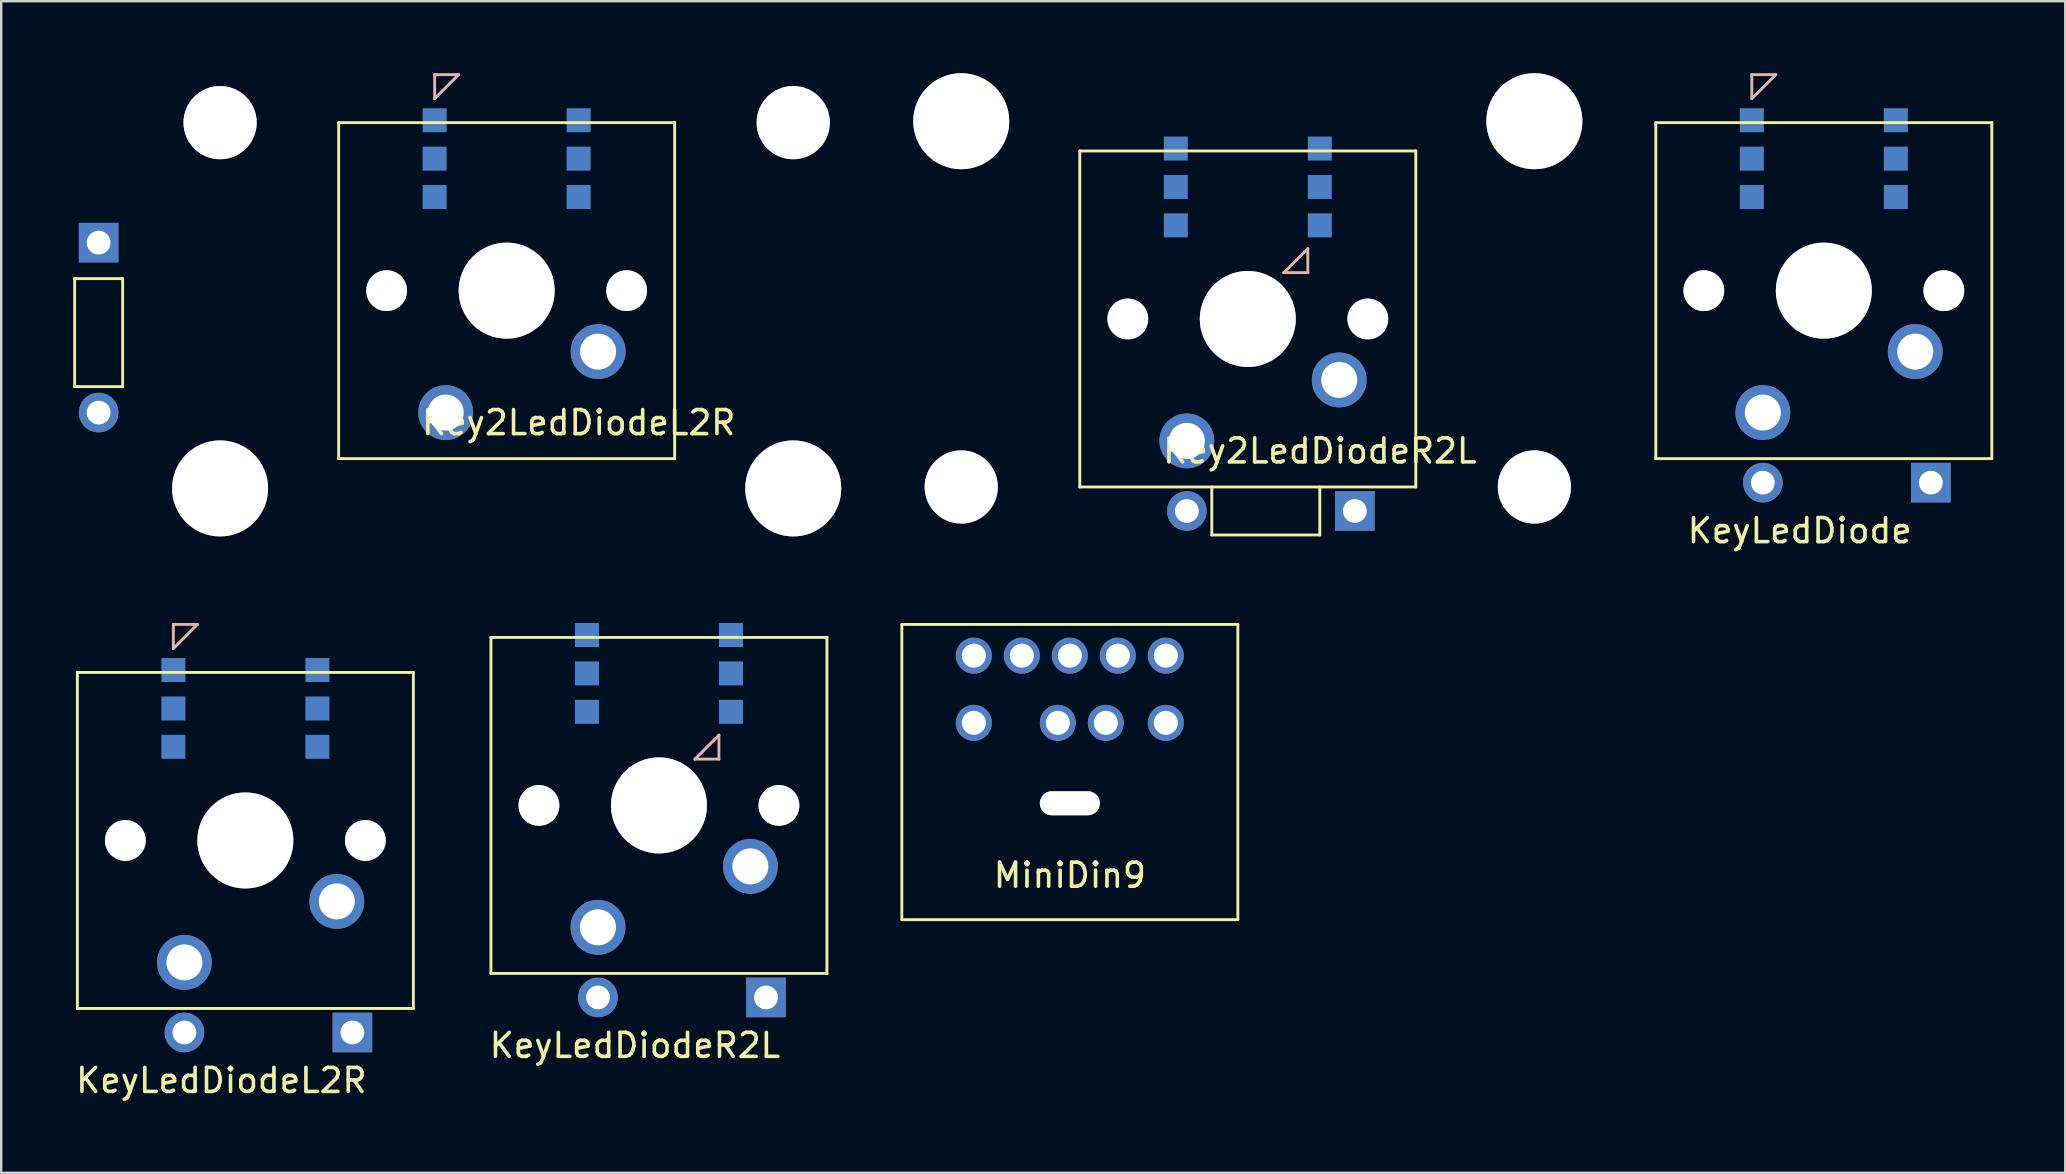
<source format=kicad_pcb>
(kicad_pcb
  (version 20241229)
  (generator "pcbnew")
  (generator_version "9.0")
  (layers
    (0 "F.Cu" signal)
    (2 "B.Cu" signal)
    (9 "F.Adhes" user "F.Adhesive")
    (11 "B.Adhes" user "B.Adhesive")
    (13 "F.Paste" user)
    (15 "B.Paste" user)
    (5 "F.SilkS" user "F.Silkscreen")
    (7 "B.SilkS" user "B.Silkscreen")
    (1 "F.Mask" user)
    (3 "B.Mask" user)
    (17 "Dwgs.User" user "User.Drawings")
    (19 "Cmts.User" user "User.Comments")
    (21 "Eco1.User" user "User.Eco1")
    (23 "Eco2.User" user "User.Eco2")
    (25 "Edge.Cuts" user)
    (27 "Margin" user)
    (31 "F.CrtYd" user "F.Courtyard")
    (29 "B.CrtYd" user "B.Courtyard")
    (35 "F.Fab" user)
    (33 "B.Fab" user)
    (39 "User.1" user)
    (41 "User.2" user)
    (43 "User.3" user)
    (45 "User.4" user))
  (footprint "KeyLedDiodeL2R"
    (layer "F.Cu")
    (at 7.173 31.968)
    (property "Reference" "KeyLedDiodeL2R" (at -1 10 0) (layer "F.SilkS") (effects (font (size 1 1) (thickness 0.15))))
    (attr through_hole)
    (fp_line (start -7 -7) (end 7 -7) (stroke (width 0.12) (type solid)) (layer "F.SilkS"))
    (fp_line (start -7 7) (end -7 -7) (stroke (width 0.12) (type solid)) (layer "F.SilkS"))
    (fp_line (start 7 -7) (end 7 7) (stroke (width 0.12) (type solid)) (layer "F.SilkS"))
    (fp_line (start 7 7) (end -7 7) (stroke (width 0.12) (type solid)) (layer "F.SilkS"))
    (fp_line (start -3 -9) (end -3 -8) (stroke (width 0.12) (type solid)) (layer "B.SilkS"))
    (fp_line (start -3 -8) (end -2 -9) (stroke (width 0.12) (type solid)) (layer "B.SilkS"))
    (fp_line (start -2 -9) (end -3 -9) (stroke (width 0.12) (type solid)) (layer "B.SilkS"))
    (pad "1" thru_hole circle (at 3.81 2.54) (size 2.286 2.286) (drill 1.5) (layers "*.Cu" "*.Mask"))
    (pad "2" thru_hole circle (at -2.54 5.08) (size 2.286 2.286) (drill 1.5) (layers "*.Cu" "*.Mask"))
    (pad "3" thru_hole circle (at -2.54 8) (size 1.651 1.651) (drill 0.991) (layers "*.Cu" "*.Mask"))
    (pad "4" thru_hole rect (at 4.46 8) (size 1.651 1.651) (drill 0.991) (layers "*.Cu" "*.Mask"))
    (pad "5" smd rect (at 3 -3.9) (size 1 1) (layers "B.Cu" "B.Mask" "B.Paste"))
    (pad "6" smd rect (at 3 -5.5) (size 1 1) (layers "B.Cu" "B.Mask" "B.Paste"))
    (pad "7" smd rect (at 3 -7.1) (size 1 1) (layers "B.Cu" "B.Mask" "B.Paste"))
    (pad "8" smd rect (at -3 -3.9) (size 1 1) (layers "B.Cu" "B.Mask" "B.Paste"))
    (pad "9" smd rect (at -3 -5.5) (size 1 1) (layers "B.Cu" "B.Mask" "B.Paste"))
    (pad "10" smd rect (at -3 -7.1) (size 1 1) (layers "B.Cu" "B.Mask" "B.Paste"))
    (pad "HOLE" thru_hole circle (at 0 0) (size 4 4) (drill 4) (layers "*.Cu" "*.Mask"))
    (pad "POST" thru_hole circle (at -5 0) (size 1.7 1.7) (drill 1.7) (layers "*.Cu" "*.Mask"))
    (pad "POST" thru_hole circle (at 5 0) (size 1.7 1.7) (drill 1.7) (layers "*.Cu" "*.Mask")))
  (footprint "MiniDin9"
    (layer "F.Cu")
    (at 41.525 30.418)
    (property "Reference" "MiniDin9" (at 0 3 0) (layer "F.SilkS") (effects (font (size 1 1) (thickness 0.15))))
    (attr through_hole)
    (fp_line (start -7 -7.45) (end 7 -7.45) (stroke (width 0.12) (type solid)) (layer "F.SilkS"))
    (fp_line (start -7 4.85) (end -7 -7.45) (stroke (width 0.12) (type solid)) (layer "F.SilkS"))
    (fp_line (start -7 4.85) (end 7 4.85) (stroke (width 0.12) (type solid)) (layer "F.SilkS"))
    (fp_line (start 7 4.85) (end 7 -7.45) (stroke (width 0.12) (type solid)) (layer "F.SilkS"))
    (pad "1" thru_hole circle (at 1.5 -3.35) (size 1.5 1.5) (drill 1) (layers "*.Cu" "*.Mask"))
    (pad "2" thru_hole circle (at -0.5 -3.35) (size 1.5 1.5) (drill 1) (layers "*.Cu" "*.Mask"))
    (pad "3" thru_hole circle (at 4 -3.35) (size 1.5 1.5) (drill 1) (layers "*.Cu" "*.Mask"))
    (pad "4" thru_hole circle (at 2 -6.15) (size 1.5 1.5) (drill 1) (layers "*.Cu" "*.Mask"))
    (pad "5" thru_hole circle (at 0 -6.15) (size 1.5 1.5) (drill 1) (layers "*.Cu" "*.Mask"))
    (pad "6" thru_hole circle (at -4 -3.35) (size 1.5 1.5) (drill 1) (layers "*.Cu" "*.Mask"))
    (pad "7" thru_hole circle (at 4 -6.15) (size 1.5 1.5) (drill 1) (layers "*.Cu" "*.Mask"))
    (pad "8" thru_hole circle (at -2 -6.15) (size 1.5 1.5) (drill 1) (layers "*.Cu" "*.Mask"))
    (pad "9" thru_hole circle (at -4 -6.15) (size 1.5 1.5) (drill 1) (layers "*.Cu" "*.Mask"))
    (pad "HOLE" thru_hole oval (at 0 0) (size 2.5 1) (drill oval 2.5 1) (layers "*.Cu" "*.Mask")))
  (footprint "KeyLedDiode"
    (layer "F.Cu")
    (at 72.94 9.06)
    (property "Reference" "KeyLedDiode" (at -1 10 0) (layer "F.SilkS") (effects (font (size 1 1) (thickness 0.15))))
    (attr through_hole)
    (fp_line (start -7 -7) (end 7 -7) (stroke (width 0.12) (type solid)) (layer "F.SilkS"))
    (fp_line (start -7 7) (end -7 -7) (stroke (width 0.12) (type solid)) (layer "F.SilkS"))
    (fp_line (start 7 -7) (end 7 7) (stroke (width 0.12) (type solid)) (layer "F.SilkS"))
    (fp_line (start 7 7) (end -7 7) (stroke (width 0.12) (type solid)) (layer "F.SilkS"))
    (fp_line (start -3 -9) (end -3 -8) (stroke (width 0.12) (type solid)) (layer "B.SilkS"))
    (fp_line (start -3 -8) (end -2 -9) (stroke (width 0.12) (type solid)) (layer "B.SilkS"))
    (fp_line (start -2 -9) (end -3 -9) (stroke (width 0.12) (type solid)) (layer "B.SilkS"))
    (pad "1" thru_hole circle (at 3.81 2.54) (size 2.286 2.286) (drill 1.5) (layers "*.Cu" "*.Mask"))
    (pad "2" thru_hole circle (at -2.54 5.08) (size 2.286 2.286) (drill 1.5) (layers "*.Cu" "*.Mask"))
    (pad "3" thru_hole circle (at -2.54 8) (size 1.651 1.651) (drill 0.991) (layers "*.Cu" "*.Mask"))
    (pad "4" thru_hole rect (at 4.46 8) (size 1.651 1.651) (drill 0.991) (layers "*.Cu" "*.Mask"))
    (pad "5" smd rect (at 3 -3.9) (size 1 1) (layers "B.Cu" "B.Mask" "B.Paste"))
    (pad "6" smd rect (at 3 -5.5) (size 1 1) (layers "B.Cu" "B.Mask" "B.Paste"))
    (pad "7" smd rect (at 3 -7.1) (size 1 1) (layers "B.Cu" "B.Mask" "B.Paste"))
    (pad "8" smd rect (at -3 -3.9) (size 1 1) (layers "B.Cu" "B.Mask" "B.Paste"))
    (pad "9" smd rect (at -3 -5.5) (size 1 1) (layers "B.Cu" "B.Mask" "B.Paste"))
    (pad "10" smd rect (at -3 -7.1) (size 1 1) (layers "B.Cu" "B.Mask" "B.Paste"))
    (pad "HOLE" thru_hole circle (at 0 0) (size 4 4) (drill 4) (layers "*.Cu" "*.Mask"))
    (pad "POST" thru_hole circle (at -5 0) (size 1.7 1.7) (drill 1.7) (layers "*.Cu" "*.Mask"))
    (pad "POST" thru_hole circle (at 5 0) (size 1.7 1.7) (drill 1.7) (layers "*.Cu" "*.Mask")))
  (footprint "Key2LedDiodeR2L"
    (layer "F.Cu")
    (at 48.94 10.24)
    (property "Reference" "Key2LedDiodeR2L" (at 3 5.5 0) (layer "F.SilkS") (effects (font (size 1 1) (thickness 0.15))))
    (attr through_hole)
    (fp_line (start -7 -7) (end 7 -7) (stroke (width 0.12) (type solid)) (layer "F.SilkS"))
    (fp_line (start -7 7) (end -7 -7) (stroke (width 0.12) (type solid)) (layer "F.SilkS"))
    (fp_line (start -1.5 7) (end -1.5 9) (stroke (width 0.12) (type solid)) (layer "F.SilkS"))
    (fp_line (start -1.5 9) (end 3 9) (stroke (width 0.12) (type solid)) (layer "F.SilkS"))
    (fp_line (start 3 9) (end 3 7) (stroke (width 0.12) (type solid)) (layer "F.SilkS"))
    (fp_line (start 7 -7) (end 7 7) (stroke (width 0.12) (type solid)) (layer "F.SilkS"))
    (fp_line (start 7 7) (end -7 7) (stroke (width 0.12) (type solid)) (layer "F.SilkS"))
    (fp_line (start 1.5 -1.93) (end 2.5 -1.93) (stroke (width 0.12) (type solid)) (layer "B.SilkS"))
    (fp_line (start 2.5 -2.93) (end 1.5 -1.93) (stroke (width 0.12) (type solid)) (layer "B.SilkS"))
    (fp_line (start 2.5 -1.93) (end 2.5 -2.93) (stroke (width 0.12) (type solid)) (layer "B.SilkS"))
    (pad "1" thru_hole circle (at 3.81 2.54) (size 2.286 2.286) (drill 1.5) (layers "*.Cu" "*.Mask"))
    (pad "2" thru_hole circle (at -2.54 5.08) (size 2.286 2.286) (drill 1.5) (layers "*.Cu" "*.Mask"))
    (pad "3" thru_hole circle (at -2.54 8) (size 1.651 1.651) (drill 0.991) (layers "*.Cu" "*.Mask"))
    (pad "4" thru_hole rect (at 4.46 8) (size 1.651 1.651) (drill 0.991) (layers "*.Cu" "*.Mask"))
    (pad "5" smd rect (at -3 -7.1) (size 1 1) (layers "B.Cu" "B.Mask" "B.Paste"))
    (pad "6" smd rect (at -3 -5.5) (size 1 1) (layers "B.Cu" "B.Mask" "B.Paste"))
    (pad "7" smd rect (at -3 -3.9) (size 1 1) (layers "B.Cu" "B.Mask" "B.Paste"))
    (pad "8" smd rect (at 3 -7.1) (size 1 1) (layers "B.Cu" "B.Mask" "B.Paste"))
    (pad "9" smd rect (at 3 -5.5) (size 1 1) (layers "B.Cu" "B.Mask" "B.Paste"))
    (pad "10" smd rect (at 3 -3.9) (size 1 1) (layers "B.Cu" "B.Mask" "B.Paste"))
    (pad "HOLE" thru_hole circle (at -11.94 -8.24) (size 4 4) (drill 4) (layers "*.Cu" "*.Mask"))
    (pad "HOLE" thru_hole circle (at -11.94 7) (size 3.05 3.05) (drill 3.05) (layers "*.Cu" "*.Mask"))
    (pad "HOLE" thru_hole circle (at 0 0) (size 4 4) (drill 4) (layers "*.Cu" "*.Mask"))
    (pad "HOLE" thru_hole circle (at 11.94 -8.24) (size 4 4) (drill 4) (layers "*.Cu" "*.Mask"))
    (pad "HOLE" thru_hole circle (at 11.94 7) (size 3.05 3.05) (drill 3.05) (layers "*.Cu" "*.Mask"))
    (pad "POST" thru_hole circle (at -5 0) (size 1.7 1.7) (drill 1.7) (layers "*.Cu" "*.Mask"))
    (pad "POST" thru_hole circle (at 5 0) (size 1.7 1.7) (drill 1.7) (layers "*.Cu" "*.Mask")))
  (footprint "KeyLedDiodeR2L"
    (layer "F.Cu")
    (at 24.405 30.508)
    (property "Reference" "KeyLedDiodeR2L" (at -1 10 0) (layer "F.SilkS") (effects (font (size 1 1) (thickness 0.15))))
    (attr through_hole)
    (fp_line (start -7 -7) (end 7 -7) (stroke (width 0.12) (type solid)) (layer "F.SilkS"))
    (fp_line (start -7 7) (end -7 -7) (stroke (width 0.12) (type solid)) (layer "F.SilkS"))
    (fp_line (start 7 -7) (end 7 7) (stroke (width 0.12) (type solid)) (layer "F.SilkS"))
    (fp_line (start 7 7) (end -7 7) (stroke (width 0.12) (type solid)) (layer "F.SilkS"))
    (fp_line (start 1.5 -1.93) (end 2.5 -1.93) (stroke (width 0.12) (type solid)) (layer "B.SilkS"))
    (fp_line (start 2.5 -2.93) (end 1.5 -1.93) (stroke (width 0.12) (type solid)) (layer "B.SilkS"))
    (fp_line (start 2.5 -1.93) (end 2.5 -2.93) (stroke (width 0.12) (type solid)) (layer "B.SilkS"))
    (pad "1" thru_hole circle (at 3.81 2.54) (size 2.286 2.286) (drill 1.5) (layers "*.Cu" "*.Mask"))
    (pad "2" thru_hole circle (at -2.54 5.08) (size 2.286 2.286) (drill 1.5) (layers "*.Cu" "*.Mask"))
    (pad "3" thru_hole circle (at -2.54 8) (size 1.651 1.651) (drill 0.991) (layers "*.Cu" "*.Mask"))
    (pad "4" thru_hole rect (at 4.46 8) (size 1.651 1.651) (drill 0.991) (layers "*.Cu" "*.Mask"))
    (pad "5" smd rect (at -3 -7.1) (size 1 1) (layers "B.Cu" "B.Mask" "B.Paste"))
    (pad "6" smd rect (at -3 -5.5) (size 1 1) (layers "B.Cu" "B.Mask" "B.Paste"))
    (pad "7" smd rect (at -3 -3.9) (size 1 1) (layers "B.Cu" "B.Mask" "B.Paste"))
    (pad "8" smd rect (at 3 -7.1) (size 1 1) (layers "B.Cu" "B.Mask" "B.Paste"))
    (pad "9" smd rect (at 3 -5.5) (size 1 1) (layers "B.Cu" "B.Mask" "B.Paste"))
    (pad "10" smd rect (at 3 -3.9) (size 1 1) (layers "B.Cu" "B.Mask" "B.Paste"))
    (pad "HOLE" thru_hole circle (at 0 0) (size 4 4) (drill 4) (layers "*.Cu" "*.Mask"))
    (pad "POST" thru_hole circle (at -5 0) (size 1.7 1.7) (drill 1.7) (layers "*.Cu" "*.Mask"))
    (pad "POST" thru_hole circle (at 5 0) (size 1.7 1.7) (drill 1.7) (layers "*.Cu" "*.Mask")))
  (footprint "Key2LedDiodeL2R"
    (layer "F.Cu")
    (at 18.06 9.06)
    (property "Reference" "Key2LedDiodeL2R" (at 3 5.5 0) (layer "F.SilkS") (effects (font (size 1 1) (thickness 0.15))))
    (attr through_hole)
    (fp_line (start -18 -0.5) (end -16 -0.5) (stroke (width 0.12) (type solid)) (layer "F.SilkS"))
    (fp_line (start -18 4) (end -18 -0.5) (stroke (width 0.12) (type solid)) (layer "F.SilkS"))
    (fp_line (start -16 -0.5) (end -16 4) (stroke (width 0.12) (type solid)) (layer "F.SilkS"))
    (fp_line (start -16 4) (end -18 4) (stroke (width 0.12) (type solid)) (layer "F.SilkS"))
    (fp_line (start -7 -7) (end 7 -7) (stroke (width 0.12) (type solid)) (layer "F.SilkS"))
    (fp_line (start -7 7) (end -7 -7) (stroke (width 0.12) (type solid)) (layer "F.SilkS"))
    (fp_line (start 7 -7) (end 7 7) (stroke (width 0.12) (type solid)) (layer "F.SilkS"))
    (fp_line (start 7 7) (end -7 7) (stroke (width 0.12) (type solid)) (layer "F.SilkS"))
    (fp_line (start -3 -9) (end -3 -8) (stroke (width 0.12) (type solid)) (layer "B.SilkS"))
    (fp_line (start -3 -8) (end -2 -9) (stroke (width 0.12) (type solid)) (layer "B.SilkS"))
    (fp_line (start -2 -9) (end -3 -9) (stroke (width 0.12) (type solid)) (layer "B.SilkS"))
    (pad "1" thru_hole circle (at 3.81 2.54) (size 2.286 2.286) (drill 1.5) (layers "*.Cu" "*.Mask"))
    (pad "2" thru_hole circle (at -2.54 5.08) (size 2.286 2.286) (drill 1.5) (layers "*.Cu" "*.Mask"))
    (pad "3" thru_hole circle (at -17 5.08) (size 1.651 1.651) (drill 0.991) (layers "*.Cu" "*.Mask"))
    (pad "4" thru_hole rect (at -17 -2) (size 1.651 1.651) (drill 0.991) (layers "*.Cu" "*.Mask"))
    (pad "5" smd rect (at 3 -3.9) (size 1 1) (layers "B.Cu" "B.Mask" "B.Paste"))
    (pad "6" smd rect (at 3 -5.5) (size 1 1) (layers "B.Cu" "B.Mask" "B.Paste"))
    (pad "7" smd rect (at 3 -7.1) (size 1 1) (layers "B.Cu" "B.Mask" "B.Paste"))
    (pad "8" smd rect (at -3 -3.9) (size 1 1) (layers "B.Cu" "B.Mask" "B.Paste"))
    (pad "9" smd rect (at -3 -5.5) (size 1 1) (layers "B.Cu" "B.Mask" "B.Paste"))
    (pad "10" smd rect (at -3 -7.1) (size 1 1) (layers "B.Cu" "B.Mask" "B.Paste"))
    (pad "HOLE" thru_hole circle (at -11.94 -7) (size 3.05 3.05) (drill 3.05) (layers "*.Cu" "*.Mask"))
    (pad "HOLE" thru_hole circle (at -11.94 8.24) (size 4 4) (drill 4) (layers "*.Cu" "*.Mask"))
    (pad "HOLE" thru_hole circle (at 0 0) (size 4 4) (drill 4) (layers "*.Cu" "*.Mask"))
    (pad "HOLE" thru_hole circle (at 11.94 -7) (size 3.05 3.05) (drill 3.05) (layers "*.Cu" "*.Mask"))
    (pad "HOLE" thru_hole circle (at 11.94 8.24) (size 4 4) (drill 4) (layers "*.Cu" "*.Mask"))
    (pad "POST" thru_hole circle (at -5 0) (size 1.7 1.7) (drill 1.7) (layers "*.Cu" "*.Mask"))
    (pad "POST" thru_hole circle (at 5 0) (size 1.7 1.7) (drill 1.7) (layers "*.Cu" "*.Mask")))
  (gr_rect
    (start -3 -3)
    (end 83 45.816)
    (stroke (width 0.1) (type default))
    (fill no)
    (layer "Edge.Cuts")))
</source>
